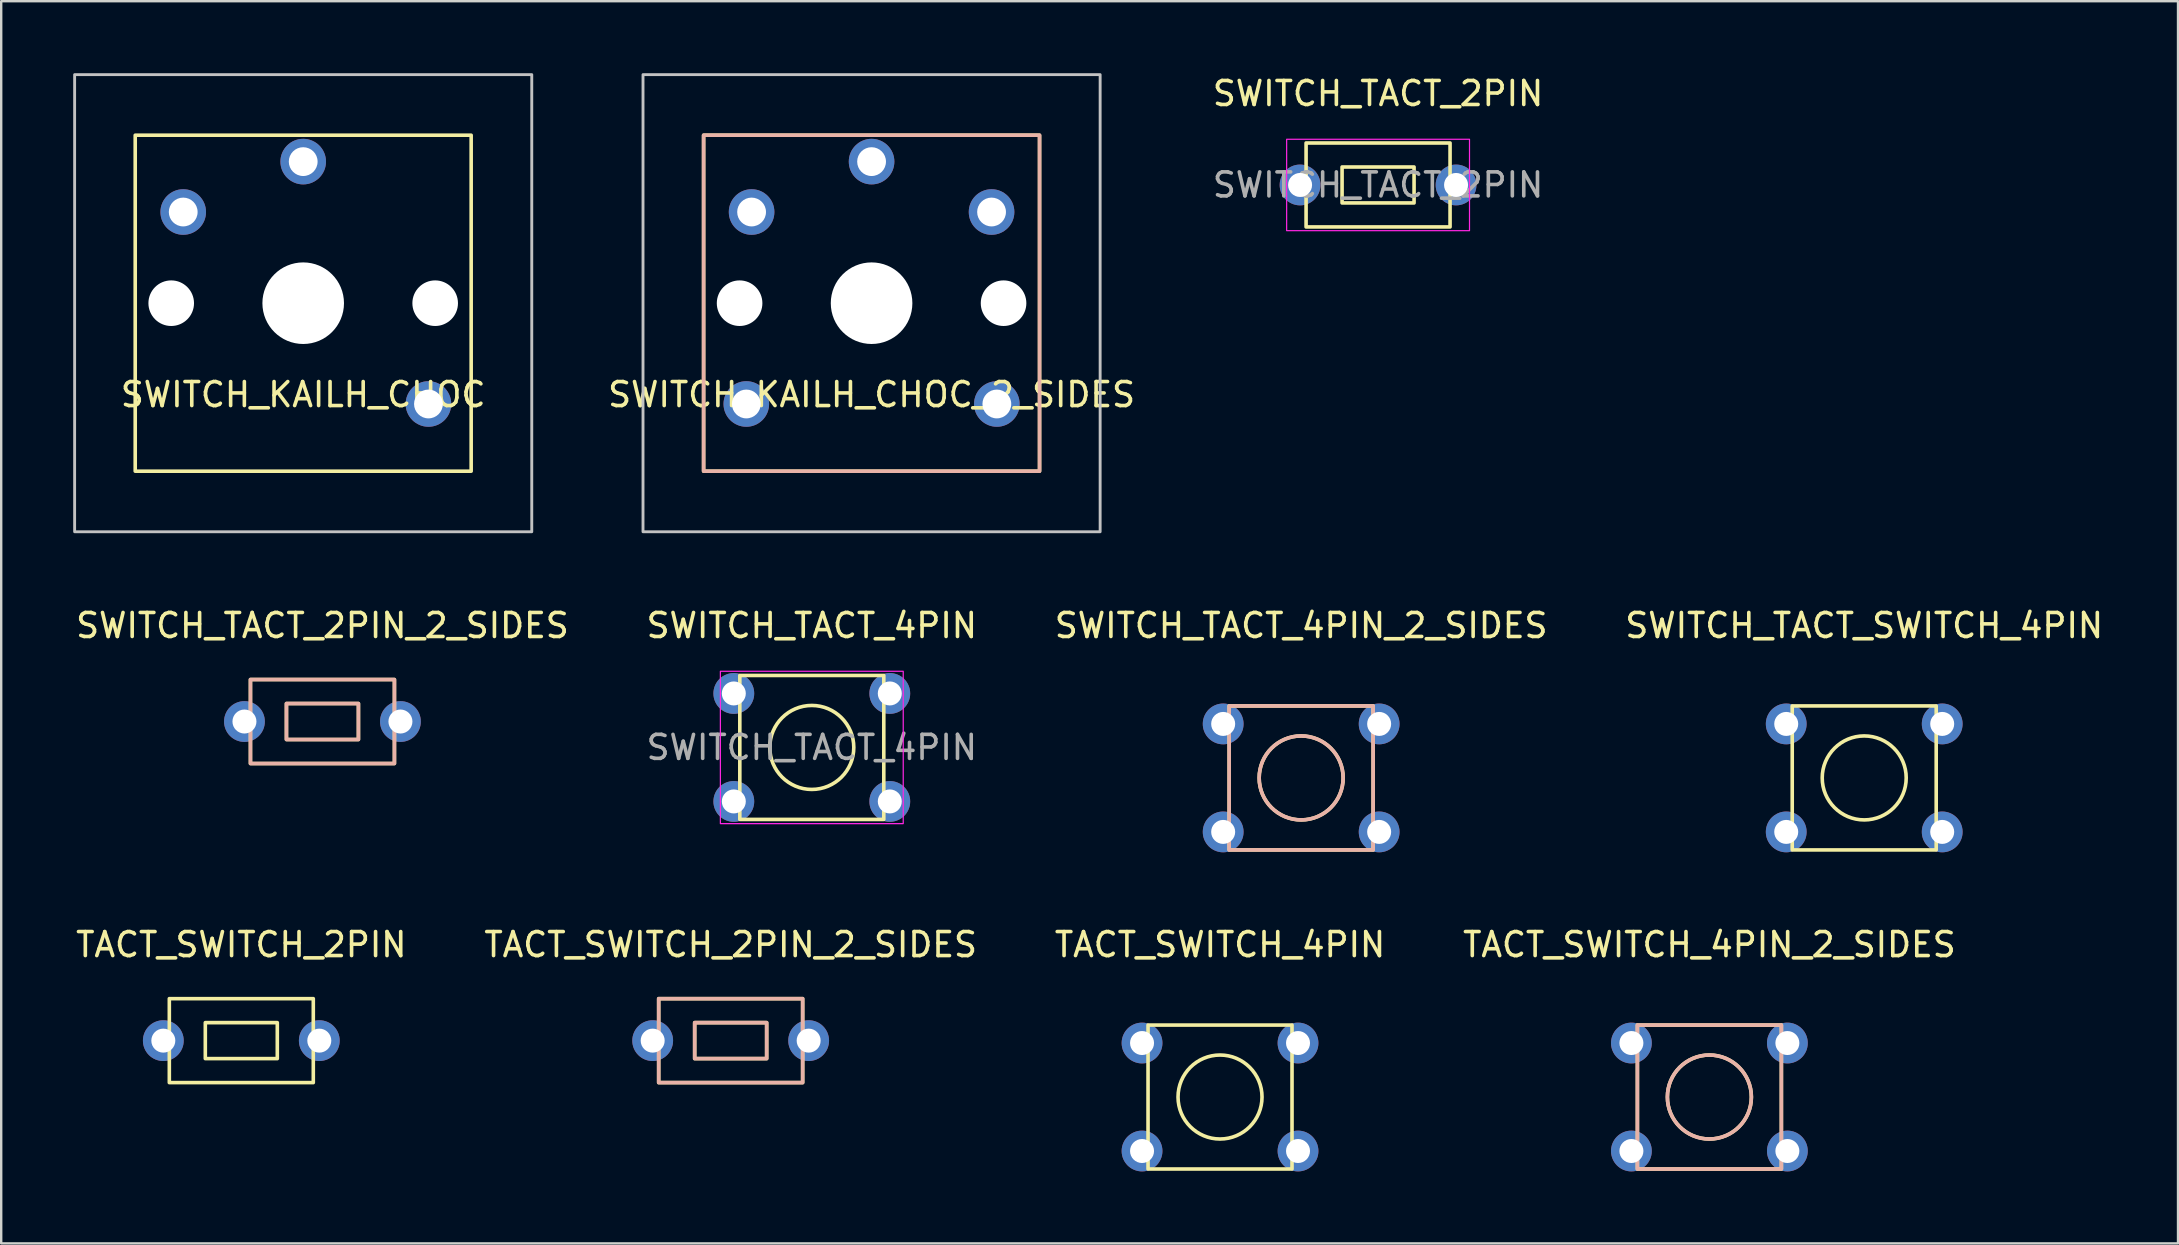
<source format=kicad_pcb>
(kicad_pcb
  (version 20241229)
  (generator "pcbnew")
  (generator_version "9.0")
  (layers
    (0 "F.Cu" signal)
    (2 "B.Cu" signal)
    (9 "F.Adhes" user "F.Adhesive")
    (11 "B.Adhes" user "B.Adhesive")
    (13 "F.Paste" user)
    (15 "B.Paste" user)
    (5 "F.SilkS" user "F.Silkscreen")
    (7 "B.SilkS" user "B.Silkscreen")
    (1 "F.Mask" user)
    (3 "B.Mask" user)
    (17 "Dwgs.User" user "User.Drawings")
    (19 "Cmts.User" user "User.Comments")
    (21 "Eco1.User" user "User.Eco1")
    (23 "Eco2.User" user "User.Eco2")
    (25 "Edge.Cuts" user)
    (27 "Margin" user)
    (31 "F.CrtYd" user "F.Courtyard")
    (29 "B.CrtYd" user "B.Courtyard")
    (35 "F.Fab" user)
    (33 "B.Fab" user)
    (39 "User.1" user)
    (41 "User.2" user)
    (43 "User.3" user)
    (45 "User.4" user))
  (footprint "SWITCH_TACT_4PIN_2_SIDES"
    (layer "F.Cu")
    (at 51.173 29.368)
    (property "Reference" "SWITCH_TACT_4PIN_2_SIDES" (at 0 -6.35 0) (unlocked yes) (layer "F.SilkS") (effects (font (size 1 1) (thickness 0.15))))
    (attr through_hole)
    (fp_rect (start -3 -3) (end 3 3) (stroke (width 0.15) (type solid)) (fill no) (layer "F.SilkS"))
    (fp_circle (center 0 0) (end 1.75 0) (stroke (width 0.15) (type solid)) (fill no) (layer "F.SilkS"))
    (fp_rect (start 3 -3) (end -3 3) (stroke (width 0.15) (type solid)) (fill no) (layer "B.SilkS"))
    (fp_circle (center 0 0) (end -1.75 0) (stroke (width 0.15) (type solid)) (fill no) (layer "B.SilkS"))
    (pad "1" thru_hole circle (at -3.25 -2.25) (size 1.7 1.7) (drill 1) (layers "*.Cu" "*.Mask"))
    (pad "2" thru_hole circle (at 3.25 -2.25) (size 1.7 1.7) (drill 1) (layers "*.Cu" "*.Mask"))
    (pad "3" thru_hole circle (at -3.25 2.25) (size 1.7 1.7) (drill 1) (layers "*.Cu" "*.Mask"))
    (pad "4" thru_hole circle (at 3.25 2.25) (size 1.7 1.7) (drill 1) (layers "*.Cu" "*.Mask")))
  (footprint "SWITCH_KAILH_CHOC_2_SIDES"
    (layer "F.Cu")
    (at 33.271 9.585)
    (property "Reference" "SWITCH_KAILH_CHOC_2_SIDES" (at 0 3.81 0) (unlocked yes) (layer "F.SilkS") (effects (font (size 1 1) (thickness 0.15))))
    (attr through_hole)
    (fp_rect (start -7 -7) (end 7 7) (stroke (width 0.15) (type solid)) (fill no) (layer "F.SilkS"))
    (fp_rect (start -7 -7) (end 7 7) (stroke (width 0.15) (type solid)) (fill no) (layer "B.SilkS"))
    (fp_rect (start -9.525 -9.525) (end 9.525 9.525) (stroke (width 0.12) (type solid)) (fill no) (layer "Dwgs.User"))
    (pad "" np_thru_hole circle (at -5.5 0) (size 1.9 1.9) (drill 1.9) (layers "*.Cu" "*.Mask"))
    (pad "" np_thru_hole circle (at -5.22 4.2) (size 1.9 1.9) (drill 1.2) (layers "*.Cu" "*.Mask"))
    (pad "" np_thru_hole circle (at 0 0) (size 3.4 3.4) (drill 3.4) (layers "*.Cu" "*.Mask"))
    (pad "" np_thru_hole circle (at 5.22 4.2) (size 1.9 1.9) (drill 1.2) (layers "*.Cu" "*.Mask"))
    (pad "" np_thru_hole circle (at 5.5 0) (size 1.9 1.9) (drill 1.9) (layers "*.Cu" "*.Mask"))
    (pad "1" thru_hole circle (at -5 -3.8) (size 1.9 1.9) (drill 1.2) (layers "*.Cu" "*.Mask"))
    (pad "1" thru_hole circle (at 5 -3.8) (size 1.9 1.9) (drill 1.2) (layers "*.Cu" "*.Mask"))
    (pad "2" thru_hole circle (at 0 -5.9) (size 1.9 1.9) (drill 1.2) (layers "*.Cu" "*.Mask")))
  (footprint "TACT_SWITCH_2PIN"
    (layer "F.Cu")
    (at 7.006 40.316)
    (property "Reference" "TACT_SWITCH_2PIN" (at 0 -4 0) (unlocked yes) (layer "F.SilkS") (effects (font (size 1 1) (thickness 0.15))))
    (attr through_hole)
    (fp_rect (start -3 -1.75) (end 3 1.75) (stroke (width 0.15) (type solid)) (fill no) (layer "F.SilkS"))
    (fp_rect (start -1.5 -0.75) (end 1.5 0.75) (stroke (width 0.15) (type solid)) (fill no) (layer "F.SilkS"))
    (pad "1" thru_hole circle (at -3.25 0) (size 1.7 1.7) (drill 1) (layers "*.Cu" "*.Mask"))
    (pad "2" thru_hole circle (at 3.25 0) (size 1.7 1.7) (drill 1) (layers "*.Cu" "*.Mask")))
  (footprint "SWITCH_TACT_2PIN"
    (layer "F.Cu")
    (at 54.378 4.658)
    (property "Reference" "SWITCH_TACT_2PIN" (at 0 -3.81 0) (unlocked yes) (layer "F.SilkS") (effects (font (size 1 1) (thickness 0.15))))
    (attr through_hole)
    (fp_rect (start -3 -1.75) (end 3 1.75) (stroke (width 0.15) (type solid)) (fill no) (layer "F.SilkS"))
    (fp_rect (start -1.5 -0.75) (end 1.5 0.75) (stroke (width 0.15) (type solid)) (fill no) (layer "F.SilkS"))
    (fp_rect (start -3.81 -1.905) (end 3.81 1.905) (stroke (width 0.05) (type solid)) (fill no) (layer "F.CrtYd"))
    (fp_text user "${REFERENCE}" (at 0 0 0) (unlocked yes) (layer "F.Fab") (effects (font (size 1 1) (thickness 0.15))))
    (pad "1" thru_hole circle (at -3.25 0) (size 1.7 1.7) (drill 1) (layers "*.Cu" "*.Mask"))
    (pad "2" thru_hole circle (at 3.25 0) (size 1.7 1.7) (drill 1) (layers "*.Cu" "*.Mask")))
  (footprint "TACT_SWITCH_4PIN"
    (layer "F.Cu")
    (at 47.792 42.666)
    (property "Reference" "TACT_SWITCH_4PIN" (at 0 -6.35 0) (unlocked yes) (layer "F.SilkS") (effects (font (size 1 1) (thickness 0.15))))
    (attr through_hole)
    (fp_rect (start -3 -3) (end 3 3) (stroke (width 0.15) (type solid)) (fill no) (layer "F.SilkS"))
    (fp_circle (center 0 0) (end 1.75 0) (stroke (width 0.15) (type solid)) (fill no) (layer "F.SilkS"))
    (pad "1" thru_hole circle (at -3.25 -2.25) (size 1.7 1.7) (drill 1) (layers "*.Cu" "*.Mask"))
    (pad "2" thru_hole circle (at 3.25 -2.25) (size 1.7 1.7) (drill 1) (layers "*.Cu" "*.Mask"))
    (pad "3" thru_hole circle (at -3.25 2.25) (size 1.7 1.7) (drill 1) (layers "*.Cu" "*.Mask"))
    (pad "4" thru_hole circle (at 3.25 2.25) (size 1.7 1.7) (drill 1) (layers "*.Cu" "*.Mask")))
  (footprint "SWITCH_TACT_4PIN"
    (layer "F.Cu")
    (at 30.78 28.098)
    (property "Reference" "SWITCH_TACT_4PIN" (at 0 -5.08 0) (unlocked yes) (layer "F.SilkS") (effects (font (size 1 1) (thickness 0.15))))
    (attr through_hole)
    (fp_rect (start -3 -3) (end 3 3) (stroke (width 0.15) (type solid)) (fill no) (layer "F.SilkS"))
    (fp_circle (center 0 0) (end 1.75 0) (stroke (width 0.15) (type solid)) (fill no) (layer "F.SilkS"))
    (fp_rect (start -3.81 -3.175) (end 3.81 3.175) (stroke (width 0.05) (type solid)) (fill no) (layer "F.CrtYd"))
    (fp_text user "${REFERENCE}" (at 0 0 0) (unlocked yes) (layer "F.Fab") (effects (font (size 1 1) (thickness 0.15))))
    (pad "1" thru_hole circle (at -3.25 -2.25) (size 1.7 1.7) (drill 1) (layers "*.Cu" "*.Mask"))
    (pad "2" thru_hole circle (at 3.25 -2.25) (size 1.7 1.7) (drill 1) (layers "*.Cu" "*.Mask"))
    (pad "3" thru_hole circle (at -3.25 2.25) (size 1.7 1.7) (drill 1) (layers "*.Cu" "*.Mask"))
    (pad "4" thru_hole circle (at 3.25 2.25) (size 1.7 1.7) (drill 1) (layers "*.Cu" "*.Mask")))
  (footprint "SWITCH_TACT_2PIN_2_SIDES"
    (layer "F.Cu")
    (at 10.387 27.018)
    (property "Reference" "SWITCH_TACT_2PIN_2_SIDES" (at 0 -4 0) (unlocked yes) (layer "F.SilkS") (effects (font (size 1 1) (thickness 0.15))))
    (attr through_hole)
    (fp_rect (start -3 -1.75) (end 3 1.75) (stroke (width 0.15) (type solid)) (fill no) (layer "F.SilkS"))
    (fp_rect (start -1.5 -0.75) (end 1.5 0.75) (stroke (width 0.15) (type solid)) (fill no) (layer "F.SilkS"))
    (fp_rect (start 1.5 -0.75) (end -1.5 0.75) (stroke (width 0.15) (type solid)) (fill no) (layer "B.SilkS"))
    (fp_rect (start 3 -1.75) (end -3 1.75) (stroke (width 0.15) (type solid)) (fill no) (layer "B.SilkS"))
    (pad "1" thru_hole circle (at -3.25 0) (size 1.7 1.7) (drill 1) (layers "*.Cu" "*.Mask"))
    (pad "2" thru_hole circle (at 3.25 0) (size 1.7 1.7) (drill 1) (layers "*.Cu" "*.Mask")))
  (footprint "SWITCH_TACT_SWITCH_4PIN"
    (layer "F.Cu")
    (at 74.637 29.368)
    (property "Reference" "SWITCH_TACT_SWITCH_4PIN" (at 0 -6.35 0) (unlocked yes) (layer "F.SilkS") (effects (font (size 1 1) (thickness 0.15))))
    (attr through_hole)
    (fp_rect (start -3 -3) (end 3 3) (stroke (width 0.15) (type solid)) (fill no) (layer "F.SilkS"))
    (fp_circle (center 0 0) (end 1.75 0) (stroke (width 0.15) (type solid)) (fill no) (layer "F.SilkS"))
    (pad "1" thru_hole circle (at -3.25 -2.25) (size 1.7 1.7) (drill 1) (layers "*.Cu" "*.Mask"))
    (pad "2" thru_hole circle (at 3.25 -2.25) (size 1.7 1.7) (drill 1) (layers "*.Cu" "*.Mask"))
    (pad "3" thru_hole circle (at -3.25 2.25) (size 1.7 1.7) (drill 1) (layers "*.Cu" "*.Mask"))
    (pad "4" thru_hole circle (at 3.25 2.25) (size 1.7 1.7) (drill 1) (layers "*.Cu" "*.Mask")))
  (footprint "SWITCH_KAILH_CHOC"
    (layer "F.Cu")
    (at 9.585 9.585)
    (property "Reference" "SWITCH_KAILH_CHOC" (at 0 3.81 0) (unlocked yes) (layer "F.SilkS") (effects (font (size 1 1) (thickness 0.15))))
    (attr through_hole)
    (fp_rect (start -7 -7) (end 7 7) (stroke (width 0.15) (type solid)) (fill no) (layer "F.SilkS"))
    (fp_rect (start -9.525 -9.525) (end 9.525 9.525) (stroke (width 0.12) (type solid)) (fill no) (layer "Dwgs.User"))
    (pad "" np_thru_hole circle (at -5.5 0) (size 1.9 1.9) (drill 1.9) (layers "*.Cu" "*.Mask"))
    (pad "" np_thru_hole circle (at 0 0) (size 3.4 3.4) (drill 3.4) (layers "*.Cu" "*.Mask"))
    (pad "" np_thru_hole circle (at 5.22 4.2) (size 1.9 1.9) (drill 1.2) (layers "*.Cu" "*.Mask"))
    (pad "" np_thru_hole circle (at 5.5 0) (size 1.9 1.9) (drill 1.9) (layers "*.Cu" "*.Mask"))
    (pad "1" thru_hole circle (at -5 -3.8) (size 1.9 1.9) (drill 1.2) (layers "*.Cu" "*.Mask"))
    (pad "2" thru_hole circle (at 0 -5.9) (size 1.9 1.9) (drill 1.2) (layers "*.Cu" "*.Mask")))
  (footprint "TACT_SWITCH_2PIN_2_SIDES"
    (layer "F.Cu")
    (at 27.399 40.316)
    (property "Reference" "TACT_SWITCH_2PIN_2_SIDES" (at 0 -4 0) (unlocked yes) (layer "F.SilkS") (effects (font (size 1 1) (thickness 0.15))))
    (attr through_hole)
    (fp_rect (start -3 -1.75) (end 3 1.75) (stroke (width 0.15) (type solid)) (fill no) (layer "F.SilkS"))
    (fp_rect (start -1.5 -0.75) (end 1.5 0.75) (stroke (width 0.15) (type solid)) (fill no) (layer "F.SilkS"))
    (fp_rect (start 1.5 -0.75) (end -1.5 0.75) (stroke (width 0.15) (type solid)) (fill no) (layer "B.SilkS"))
    (fp_rect (start 3 -1.75) (end -3 1.75) (stroke (width 0.15) (type solid)) (fill no) (layer "B.SilkS"))
    (pad "1" thru_hole circle (at -3.25 0) (size 1.7 1.7) (drill 1) (layers "*.Cu" "*.Mask"))
    (pad "2" thru_hole circle (at 3.25 0) (size 1.7 1.7) (drill 1) (layers "*.Cu" "*.Mask")))
  (footprint "TACT_SWITCH_4PIN_2_SIDES"
    (layer "F.Cu")
    (at 68.185 42.666)
    (property "Reference" "TACT_SWITCH_4PIN_2_SIDES" (at 0 -6.35 0) (unlocked yes) (layer "F.SilkS") (effects (font (size 1 1) (thickness 0.15))))
    (attr through_hole)
    (fp_rect (start -3 -3) (end 3 3) (stroke (width 0.15) (type solid)) (fill no) (layer "F.SilkS"))
    (fp_circle (center 0 0) (end 1.75 0) (stroke (width 0.15) (type solid)) (fill no) (layer "F.SilkS"))
    (fp_rect (start 3 -3) (end -3 3) (stroke (width 0.15) (type solid)) (fill no) (layer "B.SilkS"))
    (fp_circle (center 0 0) (end -1.75 0) (stroke (width 0.15) (type solid)) (fill no) (layer "B.SilkS"))
    (pad "1" thru_hole circle (at -3.25 -2.25) (size 1.7 1.7) (drill 1) (layers "*.Cu" "*.Mask"))
    (pad "2" thru_hole circle (at 3.25 -2.25) (size 1.7 1.7) (drill 1) (layers "*.Cu" "*.Mask"))
    (pad "3" thru_hole circle (at -3.25 2.25) (size 1.7 1.7) (drill 1) (layers "*.Cu" "*.Mask"))
    (pad "4" thru_hole circle (at 3.25 2.25) (size 1.7 1.7) (drill 1) (layers "*.Cu" "*.Mask")))
  (gr_rect
    (start -3 -3)
    (end 87.714 48.767)
    (stroke (width 0.1) (type default))
    (fill no)
    (layer "Edge.Cuts")))
</source>
